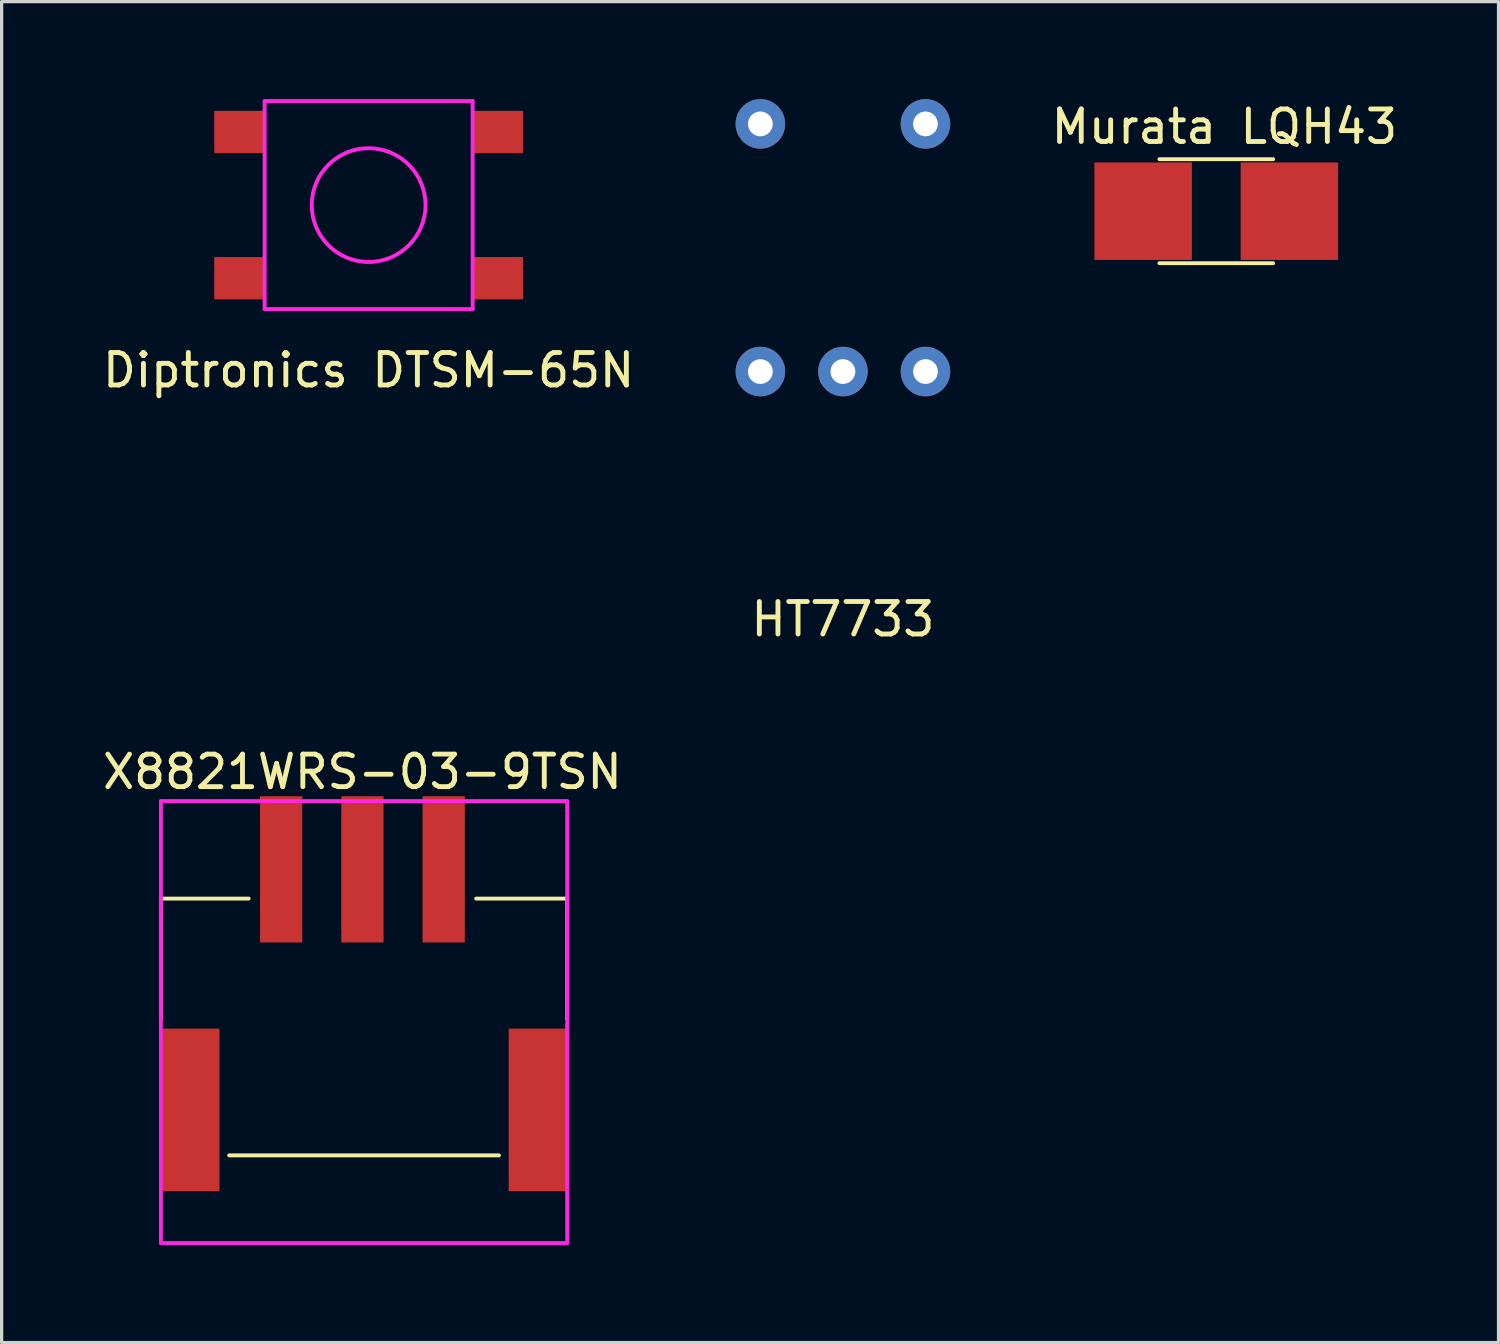
<source format=kicad_pcb>
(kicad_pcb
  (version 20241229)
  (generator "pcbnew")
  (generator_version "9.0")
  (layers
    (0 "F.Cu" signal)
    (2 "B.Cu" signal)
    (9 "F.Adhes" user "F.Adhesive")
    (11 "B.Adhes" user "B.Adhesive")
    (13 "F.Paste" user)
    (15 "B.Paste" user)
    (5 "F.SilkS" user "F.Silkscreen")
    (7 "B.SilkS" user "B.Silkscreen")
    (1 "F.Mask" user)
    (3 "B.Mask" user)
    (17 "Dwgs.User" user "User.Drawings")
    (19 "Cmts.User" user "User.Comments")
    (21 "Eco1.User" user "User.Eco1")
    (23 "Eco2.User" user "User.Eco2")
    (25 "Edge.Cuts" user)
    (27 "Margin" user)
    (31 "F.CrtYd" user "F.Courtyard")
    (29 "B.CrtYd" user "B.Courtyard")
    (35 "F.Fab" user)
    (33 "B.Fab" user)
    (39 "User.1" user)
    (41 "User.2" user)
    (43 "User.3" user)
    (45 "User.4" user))
  (footprint "Diptronics DTSM-65N"
    (layer "F.Cu")
    (at 8.292 3.26)
    (property "Reference" "Diptronics DTSM-65N" (at 0 5.08 0) (layer "F.SilkS") (effects (font (size 1 1) (thickness 0.15))))
    (attr through_hole)
    (fp_line (start -3.2 -3.2) (end 3.2 -3.2) (stroke (width 0.12) (type solid)) (layer "F.CrtYd"))
    (fp_line (start -3.2 3.2) (end -3.2 -3.2) (stroke (width 0.12) (type solid)) (layer "F.CrtYd"))
    (fp_line (start 3.2 -3.2) (end 3.2 3.2) (stroke (width 0.12) (type solid)) (layer "F.CrtYd"))
    (fp_line (start 3.2 3.2) (end -3.2 3.2) (stroke (width 0.12) (type solid)) (layer "F.CrtYd"))
    (fp_circle (center 0 0) (end 1.75 0) (stroke (width 0.12) (type solid)) (fill no) (layer "F.CrtYd"))
    (pad "1" smd rect (at -3.975 -2.25) (size 1.55 1.3) (layers "F.Cu" "F.Mask" "F.Paste"))
    (pad "1" smd rect (at 3.975 -2.25) (size 1.55 1.3) (layers "F.Cu" "F.Mask" "F.Paste"))
    (pad "2" smd rect (at -3.975 2.25) (size 1.55 1.3) (layers "F.Cu" "F.Mask" "F.Paste"))
    (pad "2" smd rect (at 3.975 2.25) (size 1.55 1.3) (layers "F.Cu" "F.Mask" "F.Paste")))
  (footprint "Murata LQH43"
    (layer "F.Cu")
    (at 34.622 2.348)
    (property "Reference" "Murata LQH43" (at 0 -1.5 0) (layer "F.SilkS") (effects (font (size 1 1) (thickness 0.15))))
    (attr through_hole)
    (fp_line (start -2 -0.5) (end 1.5 -0.5) (stroke (width 0.12) (type solid)) (layer "F.SilkS"))
    (fp_line (start -2 2.7) (end 1.5 2.7) (stroke (width 0.12) (type solid)) (layer "F.SilkS"))
    (pad "1" smd rect (at -2.5 1.1) (size 3 3) (layers "F.Cu" "F.Mask" "F.Paste"))
    (pad "2" smd rect (at 2 1.1) (size 3 3) (layers "F.Cu" "F.Mask" "F.Paste")))
  (footprint "HT7733"
    (layer "F.Cu")
    (at 22.885 8.382)
    (property "Reference" "HT7733" (at 0 7.62 0) (layer "F.SilkS") (effects (font (size 1 1) (thickness 0.15))))
    (attr through_hole)
    (pad "1" thru_hole circle (at -2.54 0) (size 1.524 1.524) (drill 0.762) (layers "*.Cu" "*.Mask"))
    (pad "2" thru_hole circle (at 0 0) (size 1.524 1.524) (drill 0.762) (layers "*.Cu" "*.Mask"))
    (pad "3" thru_hole circle (at 2.54 0) (size 1.524 1.524) (drill 0.762) (layers "*.Cu" "*.Mask"))
    (pad "4" thru_hole circle (at 2.54 -7.62) (size 1.524 1.524) (drill 0.762) (layers "*.Cu" "*.Mask"))
    (pad "5" thru_hole circle (at -2.54 -7.62) (size 1.524 1.524) (drill 0.762) (layers "*.Cu" "*.Mask")))
  (footprint "X8821WRS-03-9TSN"
    (layer "F.Cu")
    (at 8.101 27.998)
    (property "Reference" "X8821WRS-03-9TSN" (at 0 -7.3 0) (layer "F.SilkS") (effects (font (size 1 1) (thickness 0.15))))
    (attr through_hole)
    (fp_line (start -6.2 -3.4) (end -6.2 0.3) (stroke (width 0.12) (type solid)) (layer "F.SilkS"))
    (fp_line (start -6.2 -3.4) (end -3.5 -3.4) (stroke (width 0.12) (type solid)) (layer "F.SilkS"))
    (fp_line (start -6.2 6.6) (end -6.2 7.2) (stroke (width 0.06) (type solid)) (layer "F.SilkS"))
    (fp_line (start -6.2 7.2) (end 6.3 7.2) (stroke (width 0.06) (type solid)) (layer "F.SilkS"))
    (fp_line (start -4.1 4.5) (end 4.2 4.5) (stroke (width 0.12) (type solid)) (layer "F.SilkS"))
    (fp_line (start 6.3 -3.4) (end 3.5 -3.4) (stroke (width 0.12) (type solid)) (layer "F.SilkS"))
    (fp_line (start 6.3 0.3) (end 6.3 -3.4) (stroke (width 0.12) (type solid)) (layer "F.SilkS"))
    (fp_line (start 6.3 7.2) (end 6.3 6.6) (stroke (width 0.06) (type solid)) (layer "F.SilkS"))
    (fp_line (start -6.2 -6.4) (end -6.2 7.2) (stroke (width 0.12) (type solid)) (layer "F.CrtYd"))
    (fp_line (start -6.2 7.2) (end 6.3 7.2) (stroke (width 0.12) (type solid)) (layer "F.CrtYd"))
    (fp_line (start 6.3 -6.4) (end -6.2 -6.4) (stroke (width 0.12) (type solid)) (layer "F.CrtYd"))
    (fp_line (start 6.3 7.2) (end 6.3 -6.4) (stroke (width 0.12) (type solid)) (layer "F.CrtYd"))
    (pad "" smd rect (at -5.3 3.1) (size 1.8 5) (layers "F.Cu" "F.Mask" "F.Paste"))
    (pad "" smd rect (at 5.4 3.1) (size 1.8 5) (layers "F.Cu" "F.Mask" "F.Paste"))
    (pad "1" smd rect (at -2.5 -4.3) (size 1.3 4.5) (layers "F.Cu" "F.Mask" "F.Paste"))
    (pad "2" smd rect (at 0 -4.3) (size 1.3 4.5) (layers "F.Cu" "F.Mask" "F.Paste"))
    (pad "3" smd rect (at 2.5 -4.3) (size 1.3 4.5) (layers "F.Cu" "F.Mask" "F.Paste")))
  (gr_rect
    (start -3 -3)
    (end 43.056 38.258)
    (stroke (width 0.1) (type default))
    (fill no)
    (layer "Edge.Cuts")))
</source>
